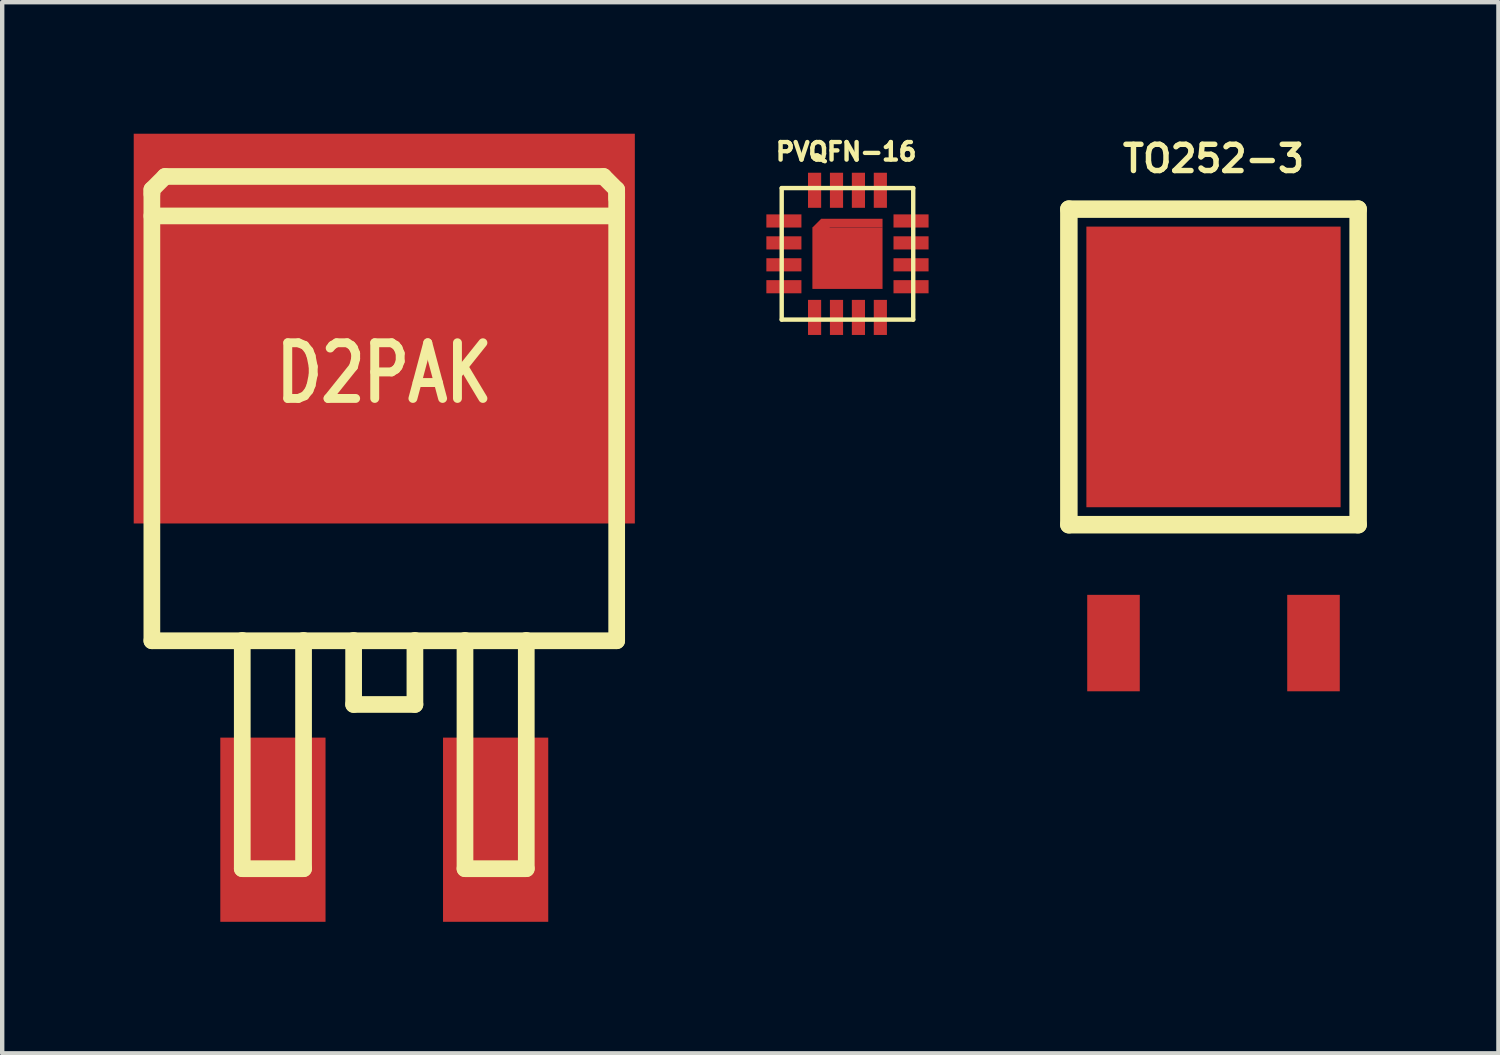
<source format=kicad_pcb>
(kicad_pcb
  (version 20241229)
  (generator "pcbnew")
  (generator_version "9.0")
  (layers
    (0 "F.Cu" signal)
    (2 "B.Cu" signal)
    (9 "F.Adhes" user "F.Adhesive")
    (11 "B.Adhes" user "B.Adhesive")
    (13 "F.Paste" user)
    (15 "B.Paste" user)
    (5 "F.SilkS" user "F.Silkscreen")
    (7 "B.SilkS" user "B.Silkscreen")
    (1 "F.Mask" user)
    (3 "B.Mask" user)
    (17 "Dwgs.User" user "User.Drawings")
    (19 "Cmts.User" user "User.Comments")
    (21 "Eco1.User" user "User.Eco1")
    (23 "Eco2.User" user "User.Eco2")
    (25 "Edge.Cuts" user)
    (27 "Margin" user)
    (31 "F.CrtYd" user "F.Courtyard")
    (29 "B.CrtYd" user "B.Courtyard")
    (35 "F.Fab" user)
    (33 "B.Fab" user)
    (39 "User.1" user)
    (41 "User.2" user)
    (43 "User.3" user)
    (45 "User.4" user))
  (footprint "D2PAK"
    (layer "F.Cu")
    (at 5.715 15.875)
    (property "Reference" "D2PAK" (at 0 -10.414 0) (layer "F.SilkS") (effects (font (size 1.27 1.016) (thickness 0.203))))
    (attr smd)
    (fp_line (start -5.301 -14.6) (end -5.001 -14.9) (stroke (width 0.381) (type solid)) (layer "F.SilkS"))
    (fp_line (start -5.301 -14.511) (end -5.301 -4.31) (stroke (width 0.381) (type solid)) (layer "F.SilkS"))
    (fp_line (start -5.301 -14.501) (end -5.301 -14.6) (stroke (width 0.381) (type solid)) (layer "F.SilkS"))
    (fp_line (start -5.301 -14) (end 5.301 -14) (stroke (width 0.381) (type solid)) (layer "F.SilkS"))
    (fp_line (start -5.301 -4.31) (end 5.301 -4.31) (stroke (width 0.381) (type solid)) (layer "F.SilkS"))
    (fp_line (start -5.001 -14.9) (end 5.001 -14.9) (stroke (width 0.381) (type solid)) (layer "F.SilkS"))
    (fp_line (start -3.239 -4.318) (end -3.239 0.889) (stroke (width 0.381) (type solid)) (layer "F.SilkS"))
    (fp_line (start -3.239 0.889) (end -1.841 0.889) (stroke (width 0.381) (type solid)) (layer "F.SilkS"))
    (fp_line (start -1.841 0.889) (end -1.841 -4.318) (stroke (width 0.381) (type solid)) (layer "F.SilkS"))
    (fp_line (start -0.699 -4.318) (end -0.699 -2.857) (stroke (width 0.381) (type solid)) (layer "F.SilkS"))
    (fp_line (start -0.699 -2.857) (end 0.699 -2.857) (stroke (width 0.381) (type solid)) (layer "F.SilkS"))
    (fp_line (start 0.699 -2.857) (end 0.699 -4.318) (stroke (width 0.381) (type solid)) (layer "F.SilkS"))
    (fp_line (start 1.841 -4.318) (end 1.841 0.889) (stroke (width 0.381) (type solid)) (layer "F.SilkS"))
    (fp_line (start 1.841 0.889) (end 3.239 0.889) (stroke (width 0.381) (type solid)) (layer "F.SilkS"))
    (fp_line (start 3.239 0.889) (end 3.239 -4.318) (stroke (width 0.381) (type solid)) (layer "F.SilkS"))
    (fp_line (start 5.001 -14.9) (end 5.301 -14.6) (stroke (width 0.381) (type solid)) (layer "F.SilkS"))
    (fp_line (start 5.301 -14.6) (end 5.301 -14.399) (stroke (width 0.381) (type solid)) (layer "F.SilkS"))
    (fp_line (start 5.301 -4.31) (end 5.301 -14.511) (stroke (width 0.381) (type solid)) (layer "F.SilkS"))
    (pad "D" smd rect (at 0 -11.43) (size 11.43 8.89) (layers "F.Cu" "F.Mask" "F.Paste"))
    (pad "G" smd rect (at -2.54 0) (size 2.4 4.201) (layers "F.Cu" "F.Mask" "F.Paste"))
    (pad "S" smd rect (at 2.54 0) (size 2.4 4.201) (layers "F.Cu" "F.Mask" "F.Paste")))
  (footprint "PVQFN-16"
    (layer "F.Cu")
    (at 16.28 2.74)
    (property "Reference" "PVQFN-16" (at -0.03 -2.33 0) (layer "F.SilkS") (effects (font (size 0.4 0.4) (thickness 0.1))))
    (attr through_hole)
    (fp_line (start -1.5 -1.5) (end 1.5 -1.5) (stroke (width 0.1) (type solid)) (layer "F.SilkS"))
    (fp_line (start -1.5 1.5) (end -1.5 -1.5) (stroke (width 0.1) (type solid)) (layer "F.SilkS"))
    (fp_line (start 1.5 -1.5) (end 1.5 1.5) (stroke (width 0.1) (type solid)) (layer "F.SilkS"))
    (fp_line (start 1.5 1.5) (end -1.5 1.5) (stroke (width 0.1) (type solid)) (layer "F.SilkS"))
    (pad "DEF" smd rect (at 0.75 1.45 180) (size 0.3 0.8) (layers "F.Cu" "F.Mask" "F.Paste"))
    (pad "EN" smd rect (at 0.75 -1.45) (size 0.3 0.8) (layers "F.Cu" "F.Mask" "F.Paste"))
    (pad "FB" smd rect (at -0.75 1.45 180) (size 0.3 0.8) (layers "F.Cu" "F.Mask" "F.Paste"))
    (pad "FSW" smd rect (at 0.25 1.45 180) (size 0.3 0.8) (layers "F.Cu" "F.Mask" "F.Paste"))
    (pad "GND" smd rect (at -0.75 -1.45) (size 0.3 0.8) (layers "F.Cu" "F.Mask" "F.Paste"))
    (pad "GND" smd rect (at -0.6 -0.6 45) (size 0.282 0.282) (layers "F.Cu" "F.Mask" "F.Paste"))
    (pad "GND" smd rect (at -0.25 -1.45) (size 0.3 0.8) (layers "F.Cu" "F.Mask" "F.Paste"))
    (pad "GND" smd rect (at -0.25 1.45 180) (size 0.3 0.8) (layers "F.Cu" "F.Mask" "F.Paste"))
    (pad "GND" smd rect (at 0 0 180) (size 1.6 1.4) (drill (offset 0 -0.1)) (layers "F.Cu" "F.Mask" "F.Paste"))
    (pad "GND" smd rect (at 0.1 -0.7 180) (size 1.4 0.2) (layers "F.Cu" "F.Mask" "F.Paste"))
    (pad "PG" smd rect (at -1.45 0.75 90) (size 0.3 0.8) (layers "F.Cu" "F.Mask" "F.Paste"))
    (pad "SS" smd rect (at 1.45 0.75 90) (size 0.3 0.8) (layers "F.Cu" "F.Mask" "F.Paste"))
    (pad "SW" smd rect (at -1.45 -0.75 90) (size 0.3 0.8) (layers "F.Cu" "F.Mask" "F.Paste"))
    (pad "SW" smd rect (at -1.45 -0.25 90) (size 0.3 0.8) (layers "F.Cu" "F.Mask" "F.Paste"))
    (pad "SW" smd rect (at -1.45 0.25 90) (size 0.3 0.8) (layers "F.Cu" "F.Mask" "F.Paste"))
    (pad "VIN" smd rect (at 1.45 -0.75 90) (size 0.3 0.8) (layers "F.Cu" "F.Mask" "F.Paste"))
    (pad "VIN" smd rect (at 1.45 -0.25 90) (size 0.3 0.8) (layers "F.Cu" "F.Mask" "F.Paste"))
    (pad "VIN" smd rect (at 1.45 0.25 90) (size 0.3 0.8) (layers "F.Cu" "F.Mask" "F.Paste"))
    (pad "VOS" smd rect (at 0.25 -1.45) (size 0.3 0.8) (layers "F.Cu" "F.Mask" "F.Paste")))
  (footprint "TO252-3"
    (layer "F.Cu")
    (at 24.629 5.319)
    (property "Reference" "TO252-3" (at 0 -4.75 0) (layer "F.SilkS") (effects (font (size 0.599 0.599) (thickness 0.124))))
    (attr through_hole)
    (fp_line (start -3.299 -3.599) (end 3.299 -3.599) (stroke (width 0.399) (type solid)) (layer "F.SilkS"))
    (fp_line (start -3.299 3.599) (end -3.299 -3.599) (stroke (width 0.399) (type solid)) (layer "F.SilkS"))
    (fp_line (start 3.299 -3.599) (end 3.299 3.599) (stroke (width 0.399) (type solid)) (layer "F.SilkS"))
    (fp_line (start 3.299 3.599) (end -3.299 3.599) (stroke (width 0.399) (type solid)) (layer "F.SilkS"))
    (pad "D" smd rect (at 0 0) (size 5.799 6.401) (layers "F.Cu" "F.Mask" "F.Paste"))
    (pad "G" smd rect (at -2.281 6.299) (size 1.199 2.2) (layers "F.Cu" "F.Mask" "F.Paste"))
    (pad "S" smd rect (at 2.281 6.299) (size 1.199 2.2) (layers "F.Cu" "F.Mask" "F.Paste")))
  (gr_rect
    (start -3 -3)
    (end 31.128 20.976)
    (stroke (width 0.1) (type default))
    (fill no)
    (layer "Edge.Cuts")))
</source>
